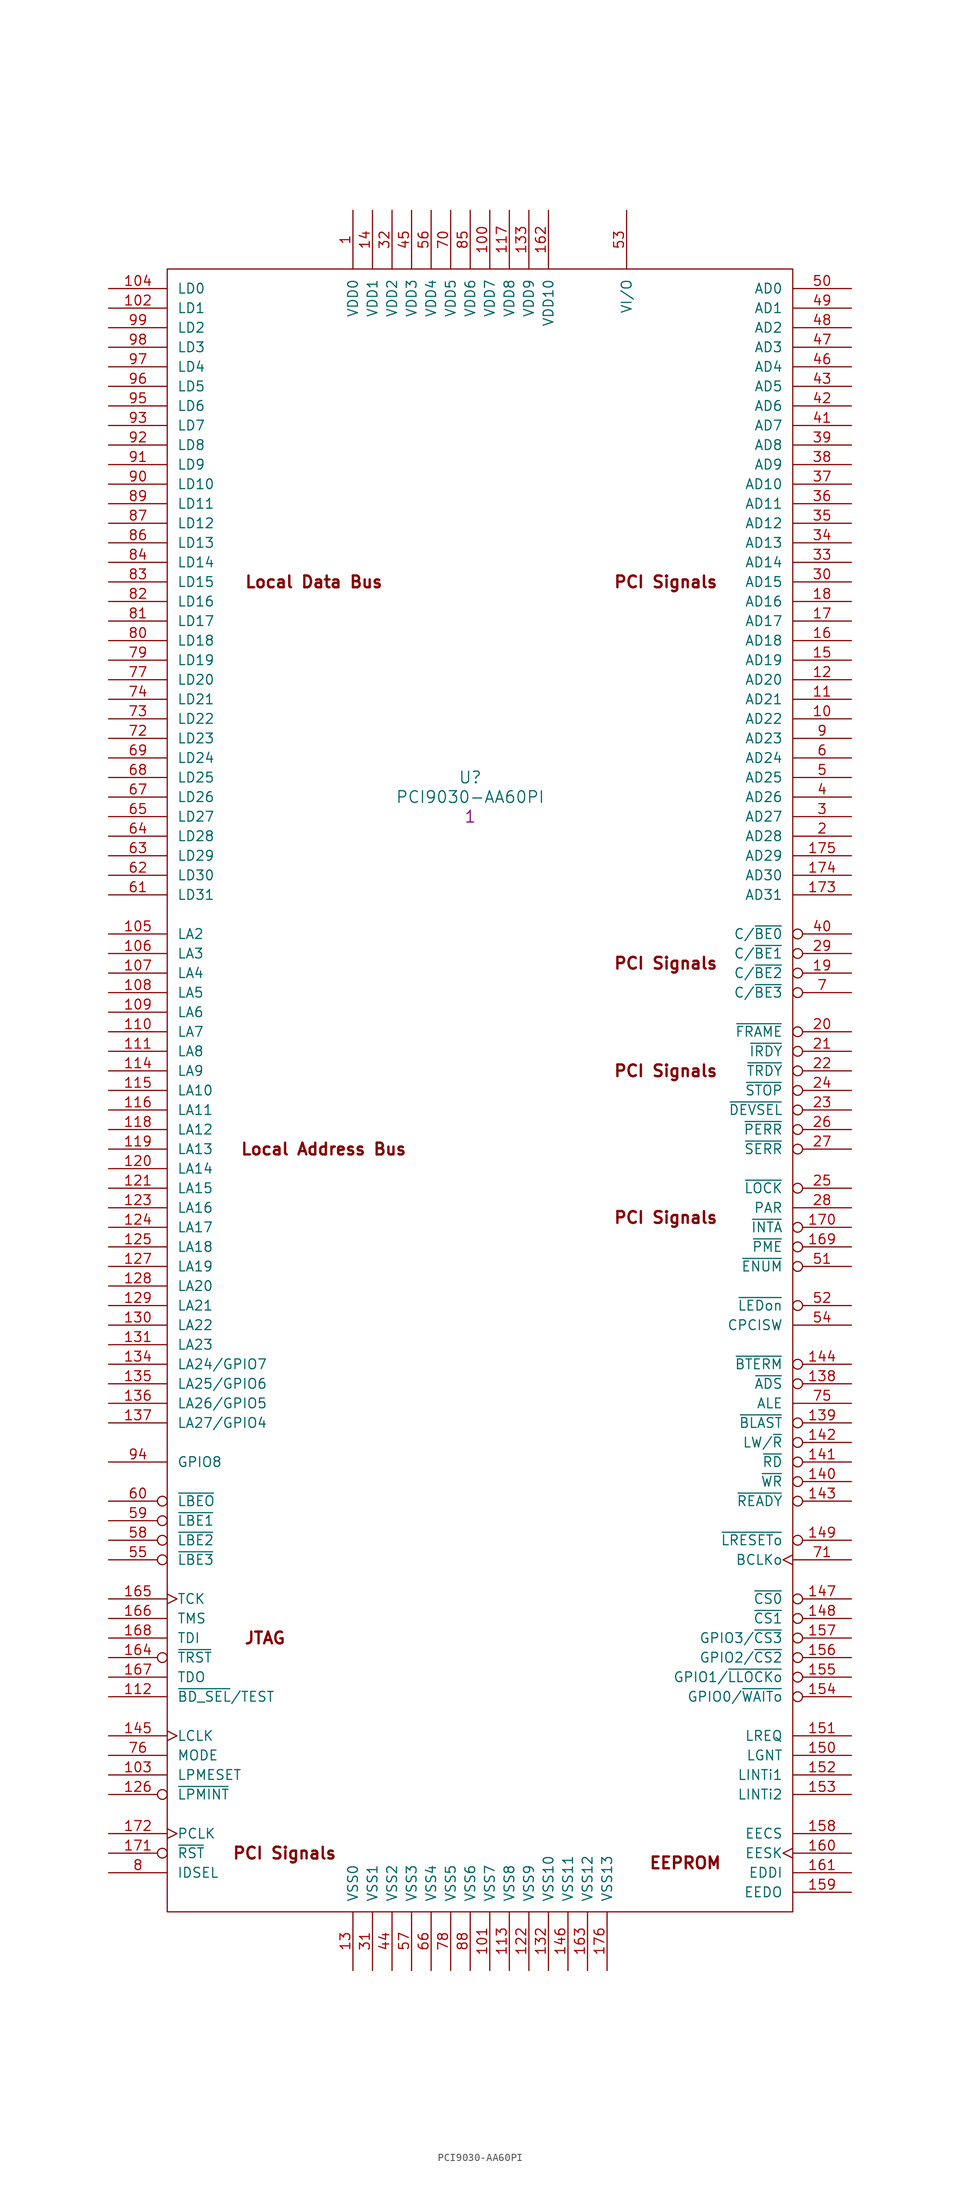
<source format=kicad_sym>
(kicad_symbol_lib
  (version 20211014)
  (generator kicad_symbol_editor)
  (symbol "PCI9030-AA60PI"
    (pin_names
      (offset 1.27))
    (property "Reference" "U"
      (at 46.99 -63.5 0)
      (effects (font (size 1.524 1.524))))
    (property "Value" "PCI9030-AA60PI"
      (at 46.99 -66.04 0)
      (effects (font (size 1.524 1.524))))
    (property "Qty" "1"
      (at 46.99 -68.58 0)
      (effects (font (size 1.524 1.524))))
    (symbol "PCI9030-AA60PI_0_0"
      (text "EEPROM" (at 74.93 -204.47 0) (effects (font (size 1.524 1.524) bold)))
      (text "JTAG" (at 20.32 -175.26 0) (effects (font (size 1.524 1.524) bold)))
      (text "Local Address Bus" (at 27.94 -111.76 0) (effects (font (size 1.524 1.524) bold)))
      (text "Local Data Bus" (at 26.67 -38.1 0) (effects (font (size 1.524 1.524) bold)))
      (text "PCI Signals" (at 22.86 -203.2 0) (effects (font (size 1.524 1.524) bold)))
      (text "PCI Signals" (at 72.39 -120.65 0) (effects (font (size 1.524 1.524) bold)))
      (text "PCI Signals" (at 72.39 -101.6 0) (effects (font (size 1.524 1.524) bold)))
      (text "PCI Signals" (at 72.39 -87.63 0) (effects (font (size 1.524 1.524) bold)))
      (text "PCI Signals" (at 72.39 -38.1 0) (effects (font (size 1.524 1.524) bold))))
    (symbol "PCI9030-AA60PI_0_1"
      (rectangle (start 7.62 2.54) (end 88.9 -210.82) (stroke (width 0) (type default) (color 0 0 0 0)) (fill (type none)))
      (rectangle (start 88.9 -210.82) (end 88.9 -210.82) (stroke (width 0) (type default) (color 0 0 0 0)) (fill (type none))))
    (symbol "PCI9030-AA60PI_1_1"
      (pin power_in line (at 31.75 10.16 270) (length 7.62) (name "VDD0" (effects (font (size 1.27 1.27)))) (number "1" (effects (font (size 1.27 1.27)))))
      (pin bidirectional line (at 96.52 -55.88 180) (length 7.62) (name "AD22" (effects (font (size 1.27 1.27)))) (number "10" (effects (font (size 1.27 1.27)))))
      (pin power_in line (at 49.53 10.16 270) (length 7.62) (name "VDD7" (effects (font (size 1.27 1.27)))) (number "100" (effects (font (size 1.27 1.27)))))
      (pin power_in line (at 49.53 -218.44 90) (length 7.62) (name "VSS7" (effects (font (size 1.27 1.27)))) (number "101" (effects (font (size 1.27 1.27)))))
      (pin bidirectional line (at 0 -2.54 0) (length 7.62) (name "LD1" (effects (font (size 1.27 1.27)))) (number "102" (effects (font (size 1.27 1.27)))))
      (pin input line (at 0 -193.04 0) (length 7.62) (name "LPMESET" (effects (font (size 1.27 1.27)))) (number "103" (effects (font (size 1.27 1.27)))))
      (pin bidirectional line (at 0 0 0) (length 7.62) (name "LD0" (effects (font (size 1.27 1.27)))) (number "104" (effects (font (size 1.27 1.27)))))
      (pin output line (at 0 -83.82 0) (length 7.62) (name "LA2" (effects (font (size 1.27 1.27)))) (number "105" (effects (font (size 1.27 1.27)))))
      (pin output line (at 0 -86.36 0) (length 7.62) (name "LA3" (effects (font (size 1.27 1.27)))) (number "106" (effects (font (size 1.27 1.27)))))
      (pin output line (at 0 -88.9 0) (length 7.62) (name "LA4" (effects (font (size 1.27 1.27)))) (number "107" (effects (font (size 1.27 1.27)))))
      (pin output line (at 0 -91.44 0) (length 7.62) (name "LA5" (effects (font (size 1.27 1.27)))) (number "108" (effects (font (size 1.27 1.27)))))
      (pin output line (at 0 -93.98 0) (length 7.62) (name "LA6" (effects (font (size 1.27 1.27)))) (number "109" (effects (font (size 1.27 1.27)))))
      (pin bidirectional line (at 96.52 -53.34 180) (length 7.62) (name "AD21" (effects (font (size 1.27 1.27)))) (number "11" (effects (font (size 1.27 1.27)))))
      (pin output line (at 0 -96.52 0) (length 7.62) (name "LA7" (effects (font (size 1.27 1.27)))) (number "110" (effects (font (size 1.27 1.27)))))
      (pin output line (at 0 -99.06 0) (length 7.62) (name "LA8" (effects (font (size 1.27 1.27)))) (number "111" (effects (font (size 1.27 1.27)))))
      (pin input line (at 0 -182.88 0) (length 7.62) (name "~{BD_SEL}/TEST" (effects (font (size 1.27 1.27)))) (number "112" (effects (font (size 1.27 1.27)))))
      (pin power_in line (at 52.07 -218.44 90) (length 7.62) (name "VSS8" (effects (font (size 1.27 1.27)))) (number "113" (effects (font (size 1.27 1.27)))))
      (pin output line (at 0 -101.6 0) (length 7.62) (name "LA9" (effects (font (size 1.27 1.27)))) (number "114" (effects (font (size 1.27 1.27)))))
      (pin output line (at 0 -104.14 0) (length 7.62) (name "LA10" (effects (font (size 1.27 1.27)))) (number "115" (effects (font (size 1.27 1.27)))))
      (pin output line (at 0 -106.68 0) (length 7.62) (name "LA11" (effects (font (size 1.27 1.27)))) (number "116" (effects (font (size 1.27 1.27)))))
      (pin power_in line (at 52.07 10.16 270) (length 7.62) (name "VDD8" (effects (font (size 1.27 1.27)))) (number "117" (effects (font (size 1.27 1.27)))))
      (pin output line (at 0 -109.22 0) (length 7.62) (name "LA12" (effects (font (size 1.27 1.27)))) (number "118" (effects (font (size 1.27 1.27)))))
      (pin output line (at 0 -111.76 0) (length 7.62) (name "LA13" (effects (font (size 1.27 1.27)))) (number "119" (effects (font (size 1.27 1.27)))))
      (pin bidirectional line (at 96.52 -50.8 180) (length 7.62) (name "AD20" (effects (font (size 1.27 1.27)))) (number "12" (effects (font (size 1.27 1.27)))))
      (pin output line (at 0 -114.3 0) (length 7.62) (name "LA14" (effects (font (size 1.27 1.27)))) (number "120" (effects (font (size 1.27 1.27)))))
      (pin output line (at 0 -116.84 0) (length 7.62) (name "LA15" (effects (font (size 1.27 1.27)))) (number "121" (effects (font (size 1.27 1.27)))))
      (pin power_in line (at 54.61 -218.44 90) (length 7.62) (name "VSS9" (effects (font (size 1.27 1.27)))) (number "122" (effects (font (size 1.27 1.27)))))
      (pin output line (at 0 -119.38 0) (length 7.62) (name "LA16" (effects (font (size 1.27 1.27)))) (number "123" (effects (font (size 1.27 1.27)))))
      (pin output line (at 0 -121.92 0) (length 7.62) (name "LA17" (effects (font (size 1.27 1.27)))) (number "124" (effects (font (size 1.27 1.27)))))
      (pin output line (at 0 -124.46 0) (length 7.62) (name "LA18" (effects (font (size 1.27 1.27)))) (number "125" (effects (font (size 1.27 1.27)))))
      (pin output inverted (at 0 -195.58 0) (length 7.62) (name "~{LPMINT}" (effects (font (size 1.27 1.27)))) (number "126" (effects (font (size 1.27 1.27)))))
      (pin output line (at 0 -127 0) (length 7.62) (name "LA19" (effects (font (size 1.27 1.27)))) (number "127" (effects (font (size 1.27 1.27)))))
      (pin output line (at 0 -129.54 0) (length 7.62) (name "LA20" (effects (font (size 1.27 1.27)))) (number "128" (effects (font (size 1.27 1.27)))))
      (pin output line (at 0 -132.08 0) (length 7.62) (name "LA21" (effects (font (size 1.27 1.27)))) (number "129" (effects (font (size 1.27 1.27)))))
      (pin power_in line (at 31.75 -218.44 90) (length 7.62) (name "VSS0" (effects (font (size 1.27 1.27)))) (number "13" (effects (font (size 1.27 1.27)))))
      (pin output line (at 0 -134.62 0) (length 7.62) (name "LA22" (effects (font (size 1.27 1.27)))) (number "130" (effects (font (size 1.27 1.27)))))
      (pin output line (at 0 -137.16 0) (length 7.62) (name "LA23" (effects (font (size 1.27 1.27)))) (number "131" (effects (font (size 1.27 1.27)))))
      (pin power_in line (at 57.15 -218.44 90) (length 7.62) (name "VSS10" (effects (font (size 1.27 1.27)))) (number "132" (effects (font (size 1.27 1.27)))))
      (pin power_in line (at 54.61 10.16 270) (length 7.62) (name "VDD9" (effects (font (size 1.27 1.27)))) (number "133" (effects (font (size 1.27 1.27)))))
      (pin output line (at 0 -139.7 0) (length 7.62) (name "LA24/GPIO7" (effects (font (size 1.27 1.27)))) (number "134" (effects (font (size 1.27 1.27)))))
      (pin output line (at 0 -142.24 0) (length 7.62) (name "LA25/GPIO6" (effects (font (size 1.27 1.27)))) (number "135" (effects (font (size 1.27 1.27)))))
      (pin output line (at 0 -144.78 0) (length 7.62) (name "LA26/GPIO5" (effects (font (size 1.27 1.27)))) (number "136" (effects (font (size 1.27 1.27)))))
      (pin output line (at 0 -147.32 0) (length 7.62) (name "LA27/GPIO4" (effects (font (size 1.27 1.27)))) (number "137" (effects (font (size 1.27 1.27)))))
      (pin output inverted (at 96.52 -142.24 180) (length 7.62) (name "~{ADS}" (effects (font (size 1.27 1.27)))) (number "138" (effects (font (size 1.27 1.27)))))
      (pin output inverted (at 96.52 -147.32 180) (length 7.62) (name "~{BLAST}" (effects (font (size 1.27 1.27)))) (number "139" (effects (font (size 1.27 1.27)))))
      (pin power_in line (at 34.29 10.16 270) (length 7.62) (name "VDD1" (effects (font (size 1.27 1.27)))) (number "14" (effects (font (size 1.27 1.27)))))
      (pin output inverted (at 96.52 -154.94 180) (length 7.62) (name "~{WR}" (effects (font (size 1.27 1.27)))) (number "140" (effects (font (size 1.27 1.27)))))
      (pin output inverted (at 96.52 -152.4 180) (length 7.62) (name "~{RD}" (effects (font (size 1.27 1.27)))) (number "141" (effects (font (size 1.27 1.27)))))
      (pin output inverted (at 96.52 -149.86 180) (length 7.62) (name "LW/~{R}" (effects (font (size 1.27 1.27)))) (number "142" (effects (font (size 1.27 1.27)))))
      (pin input inverted (at 96.52 -157.48 180) (length 7.62) (name "~{READY}" (effects (font (size 1.27 1.27)))) (number "143" (effects (font (size 1.27 1.27)))))
      (pin input inverted (at 96.52 -139.7 180) (length 7.62) (name "~{BTERM}" (effects (font (size 1.27 1.27)))) (number "144" (effects (font (size 1.27 1.27)))))
      (pin input clock (at 0 -187.96 0) (length 7.62) (name "LCLK" (effects (font (size 1.27 1.27)))) (number "145" (effects (font (size 1.27 1.27)))))
      (pin power_in line (at 59.69 -218.44 90) (length 7.62) (name "VSS11" (effects (font (size 1.27 1.27)))) (number "146" (effects (font (size 1.27 1.27)))))
      (pin output inverted (at 96.52 -170.18 180) (length 7.62) (name "~{CS0}" (effects (font (size 1.27 1.27)))) (number "147" (effects (font (size 1.27 1.27)))))
      (pin output inverted (at 96.52 -172.72 180) (length 7.62) (name "~{CS1}" (effects (font (size 1.27 1.27)))) (number "148" (effects (font (size 1.27 1.27)))))
      (pin output inverted (at 96.52 -162.56 180) (length 7.62) (name "~{LRESETo}" (effects (font (size 1.27 1.27)))) (number "149" (effects (font (size 1.27 1.27)))))
      (pin bidirectional line (at 96.52 -48.26 180) (length 7.62) (name "AD19" (effects (font (size 1.27 1.27)))) (number "15" (effects (font (size 1.27 1.27)))))
      (pin output line (at 96.52 -190.5 180) (length 7.62) (name "LGNT" (effects (font (size 1.27 1.27)))) (number "150" (effects (font (size 1.27 1.27)))))
      (pin input line (at 96.52 -187.96 180) (length 7.62) (name "LREQ" (effects (font (size 1.27 1.27)))) (number "151" (effects (font (size 1.27 1.27)))))
      (pin input line (at 96.52 -193.04 180) (length 7.62) (name "LINTi1" (effects (font (size 1.27 1.27)))) (number "152" (effects (font (size 1.27 1.27)))))
      (pin input line (at 96.52 -195.58 180) (length 7.62) (name "LINTi2" (effects (font (size 1.27 1.27)))) (number "153" (effects (font (size 1.27 1.27)))))
      (pin bidirectional inverted (at 96.52 -182.88 180) (length 7.62) (name "GPIO0/~{WAITo}" (effects (font (size 1.27 1.27)))) (number "154" (effects (font (size 1.27 1.27)))))
      (pin bidirectional inverted (at 96.52 -180.34 180) (length 7.62) (name "GPIO1/~{LLOCKo}" (effects (font (size 1.27 1.27)))) (number "155" (effects (font (size 1.27 1.27)))))
      (pin bidirectional inverted (at 96.52 -177.8 180) (length 7.62) (name "GPIO2/~{CS2}" (effects (font (size 1.27 1.27)))) (number "156" (effects (font (size 1.27 1.27)))))
      (pin bidirectional inverted (at 96.52 -175.26 180) (length 7.62) (name "GPIO3/~{CS3}" (effects (font (size 1.27 1.27)))) (number "157" (effects (font (size 1.27 1.27)))))
      (pin output line (at 96.52 -200.66 180) (length 7.62) (name "EECS" (effects (font (size 1.27 1.27)))) (number "158" (effects (font (size 1.27 1.27)))))
      (pin input line (at 96.52 -208.28 180) (length 7.62) (name "EEDO" (effects (font (size 1.27 1.27)))) (number "159" (effects (font (size 1.27 1.27)))))
      (pin bidirectional line (at 96.52 -45.72 180) (length 7.62) (name "AD18" (effects (font (size 1.27 1.27)))) (number "16" (effects (font (size 1.27 1.27)))))
      (pin output clock (at 96.52 -203.2 180) (length 7.62) (name "EESK" (effects (font (size 1.27 1.27)))) (number "160" (effects (font (size 1.27 1.27)))))
      (pin output line (at 96.52 -205.74 180) (length 7.62) (name "EDDI" (effects (font (size 1.27 1.27)))) (number "161" (effects (font (size 1.27 1.27)))))
      (pin power_in line (at 57.15 10.16 270) (length 7.62) (name "VDD10" (effects (font (size 1.27 1.27)))) (number "162" (effects (font (size 1.27 1.27)))))
      (pin power_in line (at 62.23 -218.44 90) (length 7.62) (name "VSS12" (effects (font (size 1.27 1.27)))) (number "163" (effects (font (size 1.27 1.27)))))
      (pin input inverted (at 0 -177.8 0) (length 7.62) (name "~{TRST}" (effects (font (size 1.27 1.27)))) (number "164" (effects (font (size 1.27 1.27)))))
      (pin input clock (at 0 -170.18 0) (length 7.62) (name "TCK" (effects (font (size 1.27 1.27)))) (number "165" (effects (font (size 1.27 1.27)))))
      (pin input line (at 0 -172.72 0) (length 7.62) (name "TMS" (effects (font (size 1.27 1.27)))) (number "166" (effects (font (size 1.27 1.27)))))
      (pin output line (at 0 -180.34 0) (length 7.62) (name "TDO" (effects (font (size 1.27 1.27)))) (number "167" (effects (font (size 1.27 1.27)))))
      (pin input line (at 0 -175.26 0) (length 7.62) (name "TDI" (effects (font (size 1.27 1.27)))) (number "168" (effects (font (size 1.27 1.27)))))
      (pin output inverted (at 96.52 -124.46 180) (length 7.62) (name "~{PME}" (effects (font (size 1.27 1.27)))) (number "169" (effects (font (size 1.27 1.27)))))
      (pin bidirectional line (at 96.52 -43.18 180) (length 7.62) (name "AD17" (effects (font (size 1.27 1.27)))) (number "17" (effects (font (size 1.27 1.27)))))
      (pin output inverted (at 96.52 -121.92 180) (length 7.62) (name "~{INTA}" (effects (font (size 1.27 1.27)))) (number "170" (effects (font (size 1.27 1.27)))))
      (pin input inverted (at 0 -203.2 0) (length 7.62) (name "~{RST}" (effects (font (size 1.27 1.27)))) (number "171" (effects (font (size 1.27 1.27)))))
      (pin input clock (at 0 -200.66 0) (length 7.62) (name "PCLK" (effects (font (size 1.27 1.27)))) (number "172" (effects (font (size 1.27 1.27)))))
      (pin bidirectional line (at 96.52 -78.74 180) (length 7.62) (name "AD31" (effects (font (size 1.27 1.27)))) (number "173" (effects (font (size 1.27 1.27)))))
      (pin bidirectional line (at 96.52 -76.2 180) (length 7.62) (name "AD30" (effects (font (size 1.27 1.27)))) (number "174" (effects (font (size 1.27 1.27)))))
      (pin bidirectional line (at 96.52 -73.66 180) (length 7.62) (name "AD29" (effects (font (size 1.27 1.27)))) (number "175" (effects (font (size 1.27 1.27)))))
      (pin power_in line (at 64.77 -218.44 90) (length 7.62) (name "VSS13" (effects (font (size 1.27 1.27)))) (number "176" (effects (font (size 1.27 1.27)))))
      (pin bidirectional line (at 96.52 -40.64 180) (length 7.62) (name "AD16" (effects (font (size 1.27 1.27)))) (number "18" (effects (font (size 1.27 1.27)))))
      (pin input inverted (at 96.52 -88.9 180) (length 7.62) (name "C/~{BE2}" (effects (font (size 1.27 1.27)))) (number "19" (effects (font (size 1.27 1.27)))))
      (pin bidirectional line (at 96.52 -71.12 180) (length 7.62) (name "AD28" (effects (font (size 1.27 1.27)))) (number "2" (effects (font (size 1.27 1.27)))))
      (pin input inverted (at 96.52 -96.52 180) (length 7.62) (name "~{FRAME}" (effects (font (size 1.27 1.27)))) (number "20" (effects (font (size 1.27 1.27)))))
      (pin input inverted (at 96.52 -99.06 180) (length 7.62) (name "~{IRDY}" (effects (font (size 1.27 1.27)))) (number "21" (effects (font (size 1.27 1.27)))))
      (pin output inverted (at 96.52 -101.6 180) (length 7.62) (name "~{TRDY}" (effects (font (size 1.27 1.27)))) (number "22" (effects (font (size 1.27 1.27)))))
      (pin output inverted (at 96.52 -106.68 180) (length 7.62) (name "~{DEVSEL}" (effects (font (size 1.27 1.27)))) (number "23" (effects (font (size 1.27 1.27)))))
      (pin output inverted (at 96.52 -104.14 180) (length 7.62) (name "~{STOP}" (effects (font (size 1.27 1.27)))) (number "24" (effects (font (size 1.27 1.27)))))
      (pin input inverted (at 96.52 -116.84 180) (length 7.62) (name "~{LOCK}" (effects (font (size 1.27 1.27)))) (number "25" (effects (font (size 1.27 1.27)))))
      (pin output inverted (at 96.52 -109.22 180) (length 7.62) (name "~{PERR}" (effects (font (size 1.27 1.27)))) (number "26" (effects (font (size 1.27 1.27)))))
      (pin output inverted (at 96.52 -111.76 180) (length 7.62) (name "~{SERR}" (effects (font (size 1.27 1.27)))) (number "27" (effects (font (size 1.27 1.27)))))
      (pin bidirectional line (at 96.52 -119.38 180) (length 7.62) (name "PAR" (effects (font (size 1.27 1.27)))) (number "28" (effects (font (size 1.27 1.27)))))
      (pin input inverted (at 96.52 -86.36 180) (length 7.62) (name "C/~{BE1}" (effects (font (size 1.27 1.27)))) (number "29" (effects (font (size 1.27 1.27)))))
      (pin bidirectional line (at 96.52 -68.58 180) (length 7.62) (name "AD27" (effects (font (size 1.27 1.27)))) (number "3" (effects (font (size 1.27 1.27)))))
      (pin bidirectional line (at 96.52 -38.1 180) (length 7.62) (name "AD15" (effects (font (size 1.27 1.27)))) (number "30" (effects (font (size 1.27 1.27)))))
      (pin power_in line (at 34.29 -218.44 90) (length 7.62) (name "VSS1" (effects (font (size 1.27 1.27)))) (number "31" (effects (font (size 1.27 1.27)))))
      (pin power_in line (at 36.83 10.16 270) (length 7.62) (name "VDD2" (effects (font (size 1.27 1.27)))) (number "32" (effects (font (size 1.27 1.27)))))
      (pin bidirectional line (at 96.52 -35.56 180) (length 7.62) (name "AD14" (effects (font (size 1.27 1.27)))) (number "33" (effects (font (size 1.27 1.27)))))
      (pin bidirectional line (at 96.52 -33.02 180) (length 7.62) (name "AD13" (effects (font (size 1.27 1.27)))) (number "34" (effects (font (size 1.27 1.27)))))
      (pin bidirectional line (at 96.52 -30.48 180) (length 7.62) (name "AD12" (effects (font (size 1.27 1.27)))) (number "35" (effects (font (size 1.27 1.27)))))
      (pin bidirectional line (at 96.52 -27.94 180) (length 7.62) (name "AD11" (effects (font (size 1.27 1.27)))) (number "36" (effects (font (size 1.27 1.27)))))
      (pin bidirectional line (at 96.52 -25.4 180) (length 7.62) (name "AD10" (effects (font (size 1.27 1.27)))) (number "37" (effects (font (size 1.27 1.27)))))
      (pin bidirectional line (at 96.52 -22.86 180) (length 7.62) (name "AD9" (effects (font (size 1.27 1.27)))) (number "38" (effects (font (size 1.27 1.27)))))
      (pin bidirectional line (at 96.52 -20.32 180) (length 7.62) (name "AD8" (effects (font (size 1.27 1.27)))) (number "39" (effects (font (size 1.27 1.27)))))
      (pin bidirectional line (at 96.52 -66.04 180) (length 7.62) (name "AD26" (effects (font (size 1.27 1.27)))) (number "4" (effects (font (size 1.27 1.27)))))
      (pin input inverted (at 96.52 -83.82 180) (length 7.62) (name "C/~{BE0}" (effects (font (size 1.27 1.27)))) (number "40" (effects (font (size 1.27 1.27)))))
      (pin bidirectional line (at 96.52 -17.78 180) (length 7.62) (name "AD7" (effects (font (size 1.27 1.27)))) (number "41" (effects (font (size 1.27 1.27)))))
      (pin bidirectional line (at 96.52 -15.24 180) (length 7.62) (name "AD6" (effects (font (size 1.27 1.27)))) (number "42" (effects (font (size 1.27 1.27)))))
      (pin bidirectional line (at 96.52 -12.7 180) (length 7.62) (name "AD5" (effects (font (size 1.27 1.27)))) (number "43" (effects (font (size 1.27 1.27)))))
      (pin power_in line (at 36.83 -218.44 90) (length 7.62) (name "VSS2" (effects (font (size 1.27 1.27)))) (number "44" (effects (font (size 1.27 1.27)))))
      (pin power_in line (at 39.37 10.16 270) (length 7.62) (name "VDD3" (effects (font (size 1.27 1.27)))) (number "45" (effects (font (size 1.27 1.27)))))
      (pin bidirectional line (at 96.52 -10.16 180) (length 7.62) (name "AD4" (effects (font (size 1.27 1.27)))) (number "46" (effects (font (size 1.27 1.27)))))
      (pin bidirectional line (at 96.52 -7.62 180) (length 7.62) (name "AD3" (effects (font (size 1.27 1.27)))) (number "47" (effects (font (size 1.27 1.27)))))
      (pin bidirectional line (at 96.52 -5.08 180) (length 7.62) (name "AD2" (effects (font (size 1.27 1.27)))) (number "48" (effects (font (size 1.27 1.27)))))
      (pin bidirectional line (at 96.52 -2.54 180) (length 7.62) (name "AD1" (effects (font (size 1.27 1.27)))) (number "49" (effects (font (size 1.27 1.27)))))
      (pin bidirectional line (at 96.52 -63.5 180) (length 7.62) (name "AD25" (effects (font (size 1.27 1.27)))) (number "5" (effects (font (size 1.27 1.27)))))
      (pin bidirectional line (at 96.52 0 180) (length 7.62) (name "AD0" (effects (font (size 1.27 1.27)))) (number "50" (effects (font (size 1.27 1.27)))))
      (pin output inverted (at 96.52 -127 180) (length 7.62) (name "~{ENUM}" (effects (font (size 1.27 1.27)))) (number "51" (effects (font (size 1.27 1.27)))))
      (pin output inverted (at 96.52 -132.08 180) (length 7.62) (name "~{LEDon}" (effects (font (size 1.27 1.27)))) (number "52" (effects (font (size 1.27 1.27)))))
      (pin power_in line (at 67.31 10.16 270) (length 7.62) (name "VI/O" (effects (font (size 1.27 1.27)))) (number "53" (effects (font (size 1.27 1.27)))))
      (pin input line (at 96.52 -134.62 180) (length 7.62) (name "CPCISW" (effects (font (size 1.27 1.27)))) (number "54" (effects (font (size 1.27 1.27)))))
      (pin output inverted (at 0 -165.1 0) (length 7.62) (name "~{LBE3}" (effects (font (size 1.27 1.27)))) (number "55" (effects (font (size 1.27 1.27)))))
      (pin power_in line (at 41.91 10.16 270) (length 7.62) (name "VDD4" (effects (font (size 1.27 1.27)))) (number "56" (effects (font (size 1.27 1.27)))))
      (pin power_in line (at 39.37 -218.44 90) (length 7.62) (name "VSS3" (effects (font (size 1.27 1.27)))) (number "57" (effects (font (size 1.27 1.27)))))
      (pin output inverted (at 0 -162.56 0) (length 7.62) (name "~{LBE2}" (effects (font (size 1.27 1.27)))) (number "58" (effects (font (size 1.27 1.27)))))
      (pin output inverted (at 0 -160.02 0) (length 7.62) (name "~{LBE1}" (effects (font (size 1.27 1.27)))) (number "59" (effects (font (size 1.27 1.27)))))
      (pin bidirectional line (at 96.52 -60.96 180) (length 7.62) (name "AD24" (effects (font (size 1.27 1.27)))) (number "6" (effects (font (size 1.27 1.27)))))
      (pin output inverted (at 0 -157.48 0) (length 7.62) (name "~{LBEO}" (effects (font (size 1.27 1.27)))) (number "60" (effects (font (size 1.27 1.27)))))
      (pin bidirectional line (at 0 -78.74 0) (length 7.62) (name "LD31" (effects (font (size 1.27 1.27)))) (number "61" (effects (font (size 1.27 1.27)))))
      (pin bidirectional line (at 0 -76.2 0) (length 7.62) (name "LD30" (effects (font (size 1.27 1.27)))) (number "62" (effects (font (size 1.27 1.27)))))
      (pin bidirectional line (at 0 -73.66 0) (length 7.62) (name "LD29" (effects (font (size 1.27 1.27)))) (number "63" (effects (font (size 1.27 1.27)))))
      (pin bidirectional line (at 0 -71.12 0) (length 7.62) (name "LD28" (effects (font (size 1.27 1.27)))) (number "64" (effects (font (size 1.27 1.27)))))
      (pin bidirectional line (at 0 -68.58 0) (length 7.62) (name "LD27" (effects (font (size 1.27 1.27)))) (number "65" (effects (font (size 1.27 1.27)))))
      (pin power_in line (at 41.91 -218.44 90) (length 7.62) (name "VSS4" (effects (font (size 1.27 1.27)))) (number "66" (effects (font (size 1.27 1.27)))))
      (pin bidirectional line (at 0 -66.04 0) (length 7.62) (name "LD26" (effects (font (size 1.27 1.27)))) (number "67" (effects (font (size 1.27 1.27)))))
      (pin bidirectional line (at 0 -63.5 0) (length 7.62) (name "LD25" (effects (font (size 1.27 1.27)))) (number "68" (effects (font (size 1.27 1.27)))))
      (pin bidirectional line (at 0 -60.96 0) (length 7.62) (name "LD24" (effects (font (size 1.27 1.27)))) (number "69" (effects (font (size 1.27 1.27)))))
      (pin input inverted (at 96.52 -91.44 180) (length 7.62) (name "C/~{BE3}" (effects (font (size 1.27 1.27)))) (number "7" (effects (font (size 1.27 1.27)))))
      (pin power_in line (at 44.45 10.16 270) (length 7.62) (name "VDD5" (effects (font (size 1.27 1.27)))) (number "70" (effects (font (size 1.27 1.27)))))
      (pin output clock (at 96.52 -165.1 180) (length 7.62) (name "BCLKo" (effects (font (size 1.27 1.27)))) (number "71" (effects (font (size 1.27 1.27)))))
      (pin bidirectional line (at 0 -58.42 0) (length 7.62) (name "LD23" (effects (font (size 1.27 1.27)))) (number "72" (effects (font (size 1.27 1.27)))))
      (pin bidirectional line (at 0 -55.88 0) (length 7.62) (name "LD22" (effects (font (size 1.27 1.27)))) (number "73" (effects (font (size 1.27 1.27)))))
      (pin bidirectional line (at 0 -53.34 0) (length 7.62) (name "LD21" (effects (font (size 1.27 1.27)))) (number "74" (effects (font (size 1.27 1.27)))))
      (pin output line (at 96.52 -144.78 180) (length 7.62) (name "ALE" (effects (font (size 1.27 1.27)))) (number "75" (effects (font (size 1.27 1.27)))))
      (pin input line (at 0 -190.5 0) (length 7.62) (name "MODE" (effects (font (size 1.27 1.27)))) (number "76" (effects (font (size 1.27 1.27)))))
      (pin bidirectional line (at 0 -50.8 0) (length 7.62) (name "LD20" (effects (font (size 1.27 1.27)))) (number "77" (effects (font (size 1.27 1.27)))))
      (pin power_in line (at 44.45 -218.44 90) (length 7.62) (name "VSS5" (effects (font (size 1.27 1.27)))) (number "78" (effects (font (size 1.27 1.27)))))
      (pin bidirectional line (at 0 -48.26 0) (length 7.62) (name "LD19" (effects (font (size 1.27 1.27)))) (number "79" (effects (font (size 1.27 1.27)))))
      (pin input line (at 0 -205.74 0) (length 7.62) (name "IDSEL" (effects (font (size 1.27 1.27)))) (number "8" (effects (font (size 1.27 1.27)))))
      (pin bidirectional line (at 0 -45.72 0) (length 7.62) (name "LD18" (effects (font (size 1.27 1.27)))) (number "80" (effects (font (size 1.27 1.27)))))
      (pin bidirectional line (at 0 -43.18 0) (length 7.62) (name "LD17" (effects (font (size 1.27 1.27)))) (number "81" (effects (font (size 1.27 1.27)))))
      (pin bidirectional line (at 0 -40.64 0) (length 7.62) (name "LD16" (effects (font (size 1.27 1.27)))) (number "82" (effects (font (size 1.27 1.27)))))
      (pin bidirectional line (at 0 -38.1 0) (length 7.62) (name "LD15" (effects (font (size 1.27 1.27)))) (number "83" (effects (font (size 1.27 1.27)))))
      (pin bidirectional line (at 0 -35.56 0) (length 7.62) (name "LD14" (effects (font (size 1.27 1.27)))) (number "84" (effects (font (size 1.27 1.27)))))
      (pin power_in line (at 46.99 10.16 270) (length 7.62) (name "VDD6" (effects (font (size 1.27 1.27)))) (number "85" (effects (font (size 1.27 1.27)))))
      (pin bidirectional line (at 0 -33.02 0) (length 7.62) (name "LD13" (effects (font (size 1.27 1.27)))) (number "86" (effects (font (size 1.27 1.27)))))
      (pin bidirectional line (at 0 -30.48 0) (length 7.62) (name "LD12" (effects (font (size 1.27 1.27)))) (number "87" (effects (font (size 1.27 1.27)))))
      (pin power_in line (at 46.99 -218.44 90) (length 7.62) (name "VSS6" (effects (font (size 1.27 1.27)))) (number "88" (effects (font (size 1.27 1.27)))))
      (pin bidirectional line (at 0 -27.94 0) (length 7.62) (name "LD11" (effects (font (size 1.27 1.27)))) (number "89" (effects (font (size 1.27 1.27)))))
      (pin bidirectional line (at 96.52 -58.42 180) (length 7.62) (name "AD23" (effects (font (size 1.27 1.27)))) (number "9" (effects (font (size 1.27 1.27)))))
      (pin bidirectional line (at 0 -25.4 0) (length 7.62) (name "LD10" (effects (font (size 1.27 1.27)))) (number "90" (effects (font (size 1.27 1.27)))))
      (pin bidirectional line (at 0 -22.86 0) (length 7.62) (name "LD9" (effects (font (size 1.27 1.27)))) (number "91" (effects (font (size 1.27 1.27)))))
      (pin bidirectional line (at 0 -20.32 0) (length 7.62) (name "LD8" (effects (font (size 1.27 1.27)))) (number "92" (effects (font (size 1.27 1.27)))))
      (pin bidirectional line (at 0 -17.78 0) (length 7.62) (name "LD7" (effects (font (size 1.27 1.27)))) (number "93" (effects (font (size 1.27 1.27)))))
      (pin bidirectional line (at 0 -152.4 0) (length 7.62) (name "GPIO8" (effects (font (size 1.27 1.27)))) (number "94" (effects (font (size 1.27 1.27)))))
      (pin bidirectional line (at 0 -15.24 0) (length 7.62) (name "LD6" (effects (font (size 1.27 1.27)))) (number "95" (effects (font (size 1.27 1.27)))))
      (pin bidirectional line (at 0 -12.7 0) (length 7.62) (name "LD5" (effects (font (size 1.27 1.27)))) (number "96" (effects (font (size 1.27 1.27)))))
      (pin bidirectional line (at 0 -10.16 0) (length 7.62) (name "LD4" (effects (font (size 1.27 1.27)))) (number "97" (effects (font (size 1.27 1.27)))))
      (pin bidirectional line (at 0 -7.62 0) (length 7.62) (name "LD3" (effects (font (size 1.27 1.27)))) (number "98" (effects (font (size 1.27 1.27)))))
      (pin bidirectional line (at 0 -5.08 0) (length 7.62) (name "LD2" (effects (font (size 1.27 1.27)))) (number "99" (effects (font (size 1.27 1.27))))))))
</source>
